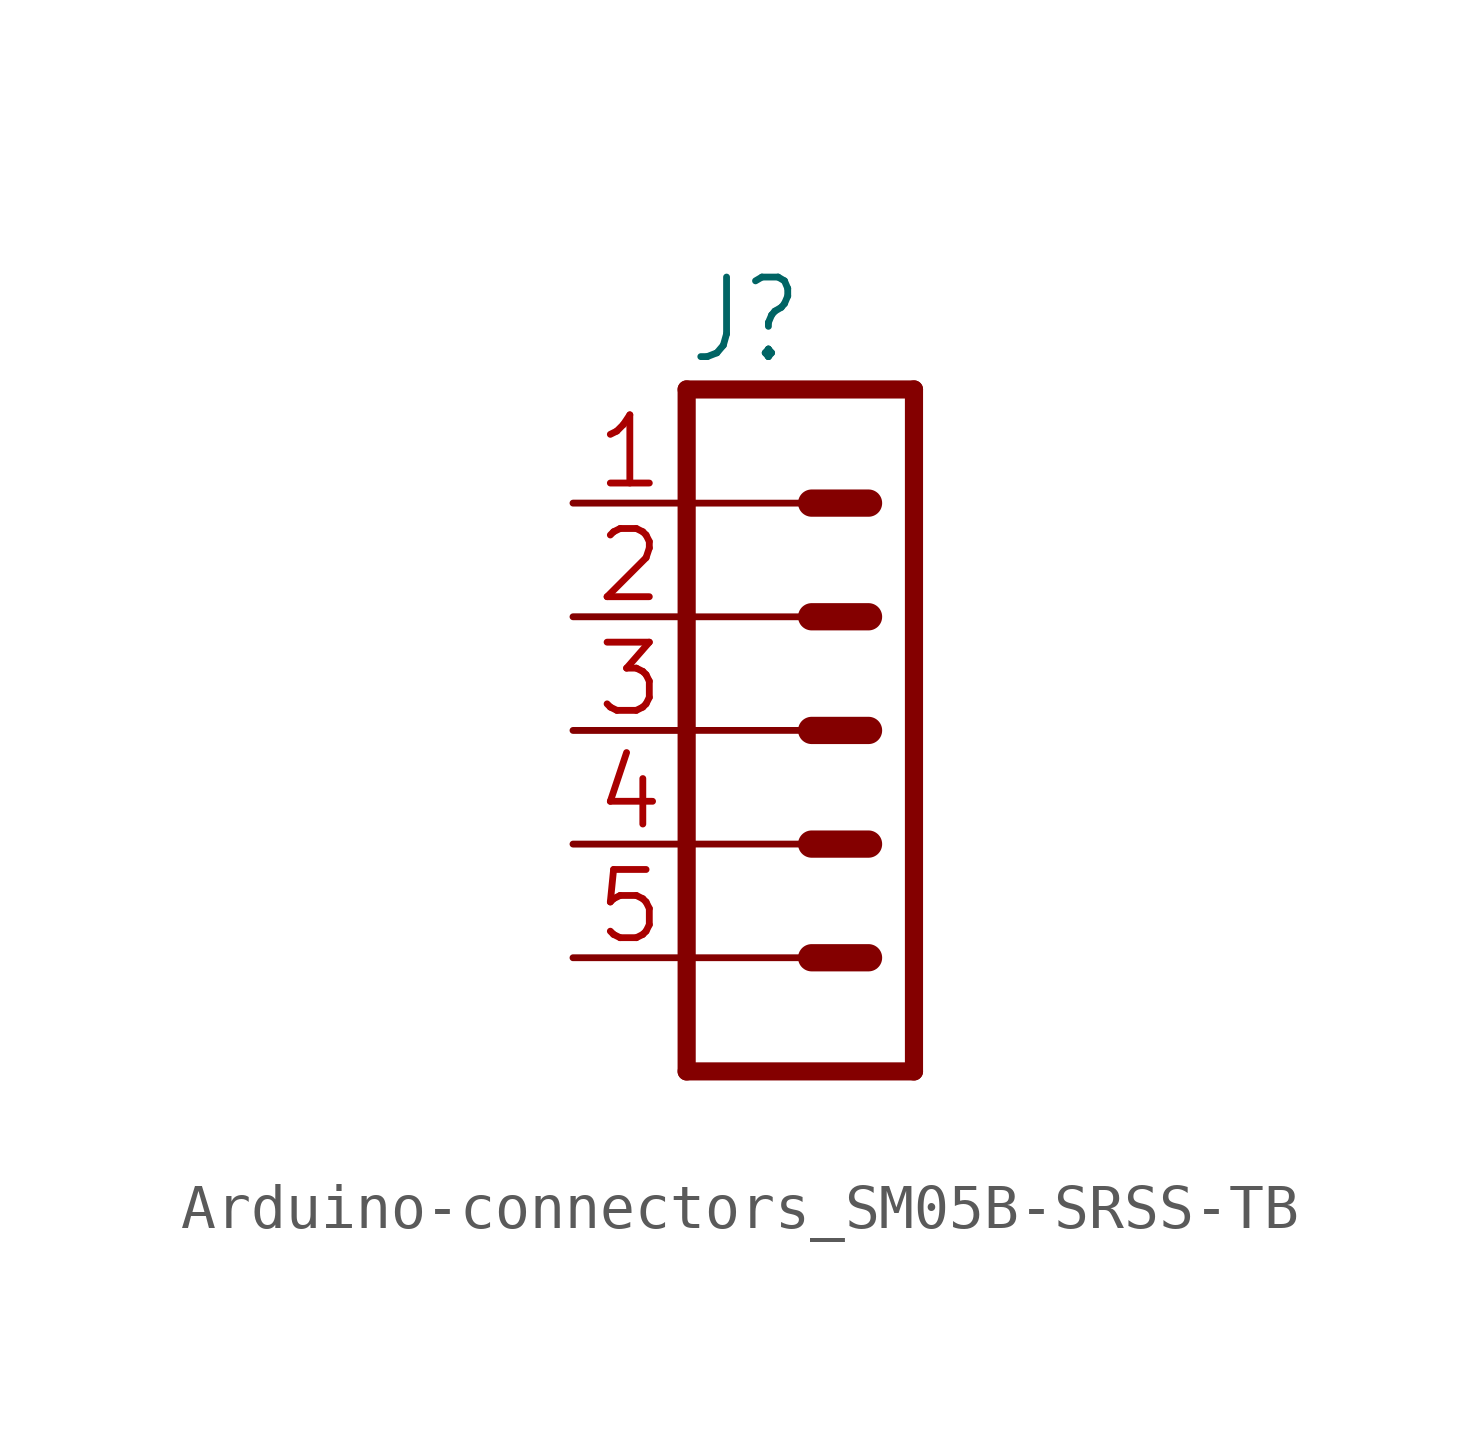
<source format=kicad_sym>
(kicad_symbol_lib
  (version 20241209)
  (generator "kicad_symbol_editor")
  (generator_version "9.0")
  (symbol "Arduino-connectors_SM05B-SRSS-TB"
    (property "Reference" "J"
      (at -2.54 8.128 0)
      (effects (font (size 1.778 1.511)) (justify left bottom)))
    (property "ki_locked" ""
      (at 0 0 0)
      (effects (font (size 1.27 1.27))))
    (symbol "Arduino-connectors_SM05B-SRSS-TB_1_0"
      (polyline (pts (xy -2.54 7.62) (xy -2.54 5.08)) (stroke (width 0.406) (type solid)) (fill (type none)))
      (polyline (pts (xy -2.54 7.62) (xy 2.54 7.62)) (stroke (width 0.406) (type solid)) (fill (type none)))
      (polyline (pts (xy -2.54 5.08) (xy -2.54 2.54)) (stroke (width 0.406) (type solid)) (fill (type none)))
      (polyline (pts (xy -2.54 5.08) (xy 0 5.08)) (stroke (width 0.152) (type solid)) (fill (type none)))
      (polyline (pts (xy -2.54 2.54) (xy -2.54 0)) (stroke (width 0.406) (type solid)) (fill (type none)))
      (polyline (pts (xy -2.54 2.54) (xy 0 2.54)) (stroke (width 0.152) (type solid)) (fill (type none)))
      (polyline (pts (xy -2.54 0) (xy -2.54 -2.54)) (stroke (width 0.406) (type solid)) (fill (type none)))
      (polyline (pts (xy -2.54 0) (xy 0 0)) (stroke (width 0.152) (type solid)) (fill (type none)))
      (polyline (pts (xy -2.54 -2.54) (xy -2.54 -5.08)) (stroke (width 0.406) (type solid)) (fill (type none)))
      (polyline (pts (xy -2.54 -2.54) (xy 0 -2.54)) (stroke (width 0.152) (type solid)) (fill (type none)))
      (polyline (pts (xy -2.54 -5.08) (xy -2.54 -7.62)) (stroke (width 0.406) (type solid)) (fill (type none)))
      (polyline (pts (xy -2.54 -5.08) (xy 0 -5.08)) (stroke (width 0.152) (type solid)) (fill (type none)))
      (polyline (pts (xy 0.254 5.08) (xy 1.524 5.08)) (stroke (width 0.61) (type solid)) (fill (type none)))
      (polyline (pts (xy 0.254 2.54) (xy 1.524 2.54)) (stroke (width 0.61) (type solid)) (fill (type none)))
      (polyline (pts (xy 0.254 0) (xy 1.524 0)) (stroke (width 0.61) (type solid)) (fill (type none)))
      (polyline (pts (xy 0.254 -2.54) (xy 1.524 -2.54)) (stroke (width 0.61) (type solid)) (fill (type none)))
      (polyline (pts (xy 0.254 -5.08) (xy 1.524 -5.08)) (stroke (width 0.61) (type solid)) (fill (type none)))
      (polyline (pts (xy 2.54 -7.62) (xy -2.54 -7.62)) (stroke (width 0.406) (type solid)) (fill (type none)))
      (polyline (pts (xy 2.54 -7.62) (xy 2.54 7.62)) (stroke (width 0.406) (type solid)) (fill (type none)))
      (pin passive line (at -5.08 5.08 0) (length 2.54) (name "1" (effects (font (size 0 0)))) (number "1" (effects (font (size 1.524 1.524)))))
      (pin passive line (at -5.08 2.54 0) (length 2.54) (name "2" (effects (font (size 0 0)))) (number "2" (effects (font (size 1.524 1.524)))))
      (pin passive line (at -5.08 0 0) (length 2.54) (name "3" (effects (font (size 0 0)))) (number "3" (effects (font (size 1.524 1.524)))))
      (pin passive line (at -5.08 -2.54 0) (length 2.54) (name "4" (effects (font (size 0 0)))) (number "4" (effects (font (size 1.524 1.524)))))
      (pin passive line (at -5.08 -5.08 0) (length 2.54) (name "5" (effects (font (size 0 0)))) (number "5" (effects (font (size 1.524 1.524)))))
      (pin passive line (at 0 -7.62 0) (length 0) (name "SH" (effects (font (size 0 0)))) (number "SH1" (effects (font (size 0 0)))))
      (pin passive line (at 0 -7.62 0) (length 0) (name "SH" (effects (font (size 0 0)))) (number "SH2" (effects (font (size 0 0))))))))
</source>
